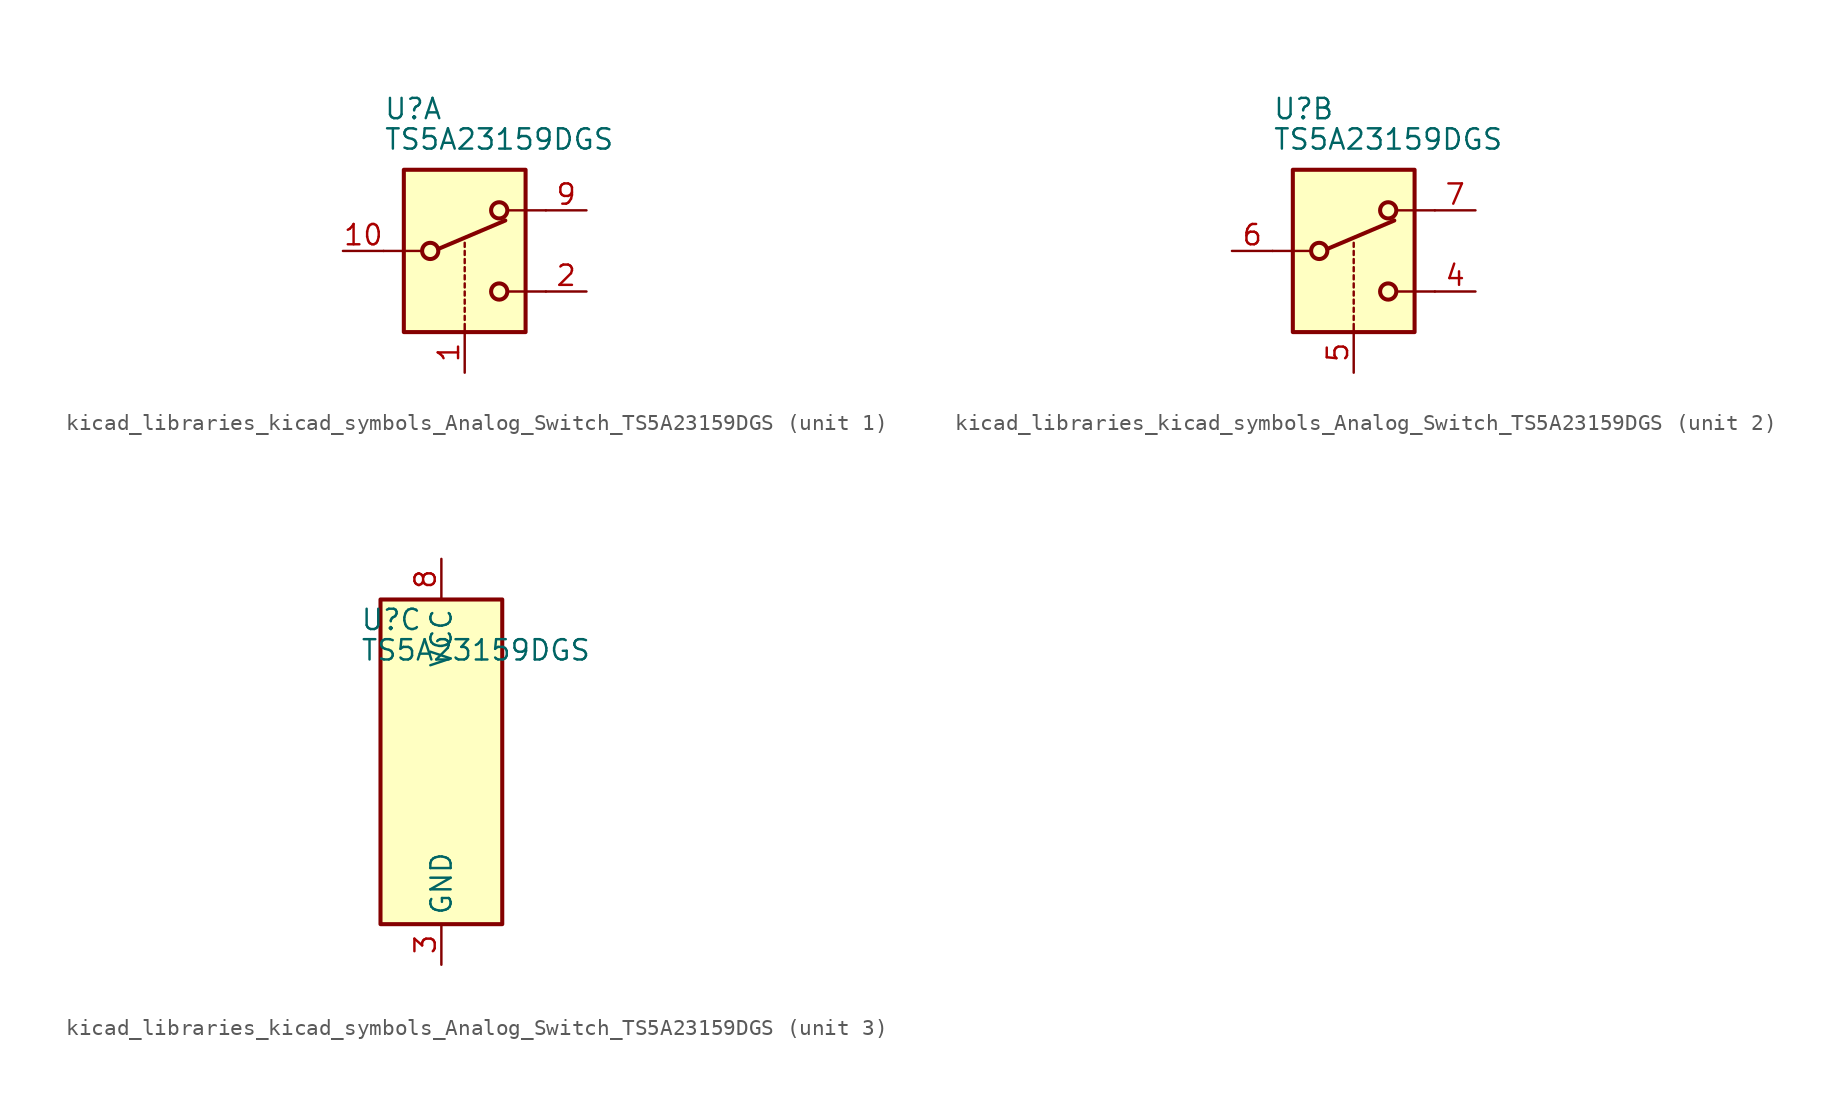
<source format=kicad_sym>
(kicad_symbol_lib
  (version 20220914)
  (generator kicad_symbol_editor)
  (symbol "kicad_libraries_kicad_symbols_Analog_Switch_TS5A23159DGS"
    (property "Reference" "U"
      (at -5.08 8.89 0)
      (effects (font (size 1.27 1.27)) (justify left)))
    (property "Value" "TS5A23159DGS"
      (at -5.08 6.985 0)
      (effects (font (size 1.27 1.27)) (justify left)))
    (property "ki_locked" ""
      (at 0 0 0)
      (effects (font (size 1.27 1.27))))
    (symbol "kicad_libraries_kicad_symbols_Analog_Switch_TS5A23159DGS_1_1"
      (rectangle (start -3.81 5.08) (end 3.81 -5.08) (stroke (width 0.254) (type default)) (fill (type background)))
      (circle (center -2.159 0) (radius 0.508) (stroke (width 0.254) (type default)) (fill (type none)))
      (polyline (pts (xy -5.08 0) (xy -2.794 0)) (stroke (width 0) (type default)) (fill (type none)))
      (polyline (pts (xy -1.651 0.127) (xy 2.54 1.905)) (stroke (width 0.254) (type default)) (fill (type none)))
      (polyline (pts (xy 0 -5.08) (xy 0 -4.572)) (stroke (width 0) (type default)) (fill (type none)))
      (polyline (pts (xy 0 -4.318) (xy 0 -4.064)) (stroke (width 0) (type default)) (fill (type none)))
      (polyline (pts (xy 0 -3.81) (xy 0 -3.556)) (stroke (width 0) (type default)) (fill (type none)))
      (polyline (pts (xy 0 -3.302) (xy 0 -3.048)) (stroke (width 0) (type default)) (fill (type none)))
      (polyline (pts (xy 0 -2.794) (xy 0 -2.54)) (stroke (width 0) (type default)) (fill (type none)))
      (polyline (pts (xy 0 -2.286) (xy 0 -2.032)) (stroke (width 0) (type default)) (fill (type none)))
      (polyline (pts (xy 0 -1.778) (xy 0 -1.524)) (stroke (width 0) (type default)) (fill (type none)))
      (polyline (pts (xy 0 -1.27) (xy 0 -1.016)) (stroke (width 0) (type default)) (fill (type none)))
      (polyline (pts (xy 0 -0.762) (xy 0 -0.508)) (stroke (width 0) (type default)) (fill (type none)))
      (polyline (pts (xy 0 -0.254) (xy 0 0)) (stroke (width 0) (type default)) (fill (type none)))
      (polyline (pts (xy 0 0.254) (xy 0 0.508)) (stroke (width 0) (type default)) (fill (type none)))
      (polyline (pts (xy 5.08 -2.54) (xy 2.794 -2.54)) (stroke (width 0) (type default)) (fill (type none)))
      (polyline (pts (xy 5.08 2.54) (xy 2.794 2.54)) (stroke (width 0) (type default)) (fill (type none)))
      (circle (center 2.159 -2.54) (radius 0.508) (stroke (width 0.254) (type default)) (fill (type none)))
      (circle (center 2.159 2.54) (radius 0.508) (stroke (width 0.254) (type default)) (fill (type none)))
      (pin input line (at 0 -7.62 90) (length 2.54) (name "~" (effects (font (size 1.27 1.27)))) (number "1" (effects (font (size 1.27 1.27)))))
      (pin passive line (at -7.62 0 0) (length 2.54) (name "~" (effects (font (size 1.27 1.27)))) (number "10" (effects (font (size 1.27 1.27)))))
      (pin passive line (at 7.62 -2.54 180) (length 2.54) (name "~" (effects (font (size 1.27 1.27)))) (number "2" (effects (font (size 1.27 1.27)))))
      (pin passive line (at 7.62 2.54 180) (length 2.54) (name "~" (effects (font (size 1.27 1.27)))) (number "9" (effects (font (size 1.27 1.27))))))
    (symbol "kicad_libraries_kicad_symbols_Analog_Switch_TS5A23159DGS_2_1"
      (rectangle (start -3.81 5.08) (end 3.81 -5.08) (stroke (width 0.254) (type default)) (fill (type background)))
      (circle (center -2.159 0) (radius 0.508) (stroke (width 0.254) (type default)) (fill (type none)))
      (polyline (pts (xy -5.08 0) (xy -2.794 0)) (stroke (width 0) (type default)) (fill (type none)))
      (polyline (pts (xy -1.651 0.127) (xy 2.54 1.905)) (stroke (width 0.254) (type default)) (fill (type none)))
      (polyline (pts (xy 0 -5.08) (xy 0 -4.572)) (stroke (width 0) (type default)) (fill (type none)))
      (polyline (pts (xy 0 -4.318) (xy 0 -4.064)) (stroke (width 0) (type default)) (fill (type none)))
      (polyline (pts (xy 0 -3.81) (xy 0 -3.556)) (stroke (width 0) (type default)) (fill (type none)))
      (polyline (pts (xy 0 -3.302) (xy 0 -3.048)) (stroke (width 0) (type default)) (fill (type none)))
      (polyline (pts (xy 0 -2.794) (xy 0 -2.54)) (stroke (width 0) (type default)) (fill (type none)))
      (polyline (pts (xy 0 -2.286) (xy 0 -2.032)) (stroke (width 0) (type default)) (fill (type none)))
      (polyline (pts (xy 0 -1.778) (xy 0 -1.524)) (stroke (width 0) (type default)) (fill (type none)))
      (polyline (pts (xy 0 -1.27) (xy 0 -1.016)) (stroke (width 0) (type default)) (fill (type none)))
      (polyline (pts (xy 0 -0.762) (xy 0 -0.508)) (stroke (width 0) (type default)) (fill (type none)))
      (polyline (pts (xy 0 -0.254) (xy 0 0)) (stroke (width 0) (type default)) (fill (type none)))
      (polyline (pts (xy 0 0.254) (xy 0 0.508)) (stroke (width 0) (type default)) (fill (type none)))
      (polyline (pts (xy 5.08 -2.54) (xy 2.794 -2.54)) (stroke (width 0) (type default)) (fill (type none)))
      (polyline (pts (xy 5.08 2.54) (xy 2.794 2.54)) (stroke (width 0) (type default)) (fill (type none)))
      (circle (center 2.159 -2.54) (radius 0.508) (stroke (width 0.254) (type default)) (fill (type none)))
      (circle (center 2.159 2.54) (radius 0.508) (stroke (width 0.254) (type default)) (fill (type none)))
      (pin passive line (at 7.62 -2.54 180) (length 2.54) (name "~" (effects (font (size 1.27 1.27)))) (number "4" (effects (font (size 1.27 1.27)))))
      (pin input line (at 0 -7.62 90) (length 2.54) (name "~" (effects (font (size 1.27 1.27)))) (number "5" (effects (font (size 1.27 1.27)))))
      (pin passive line (at -7.62 0 0) (length 2.54) (name "~" (effects (font (size 1.27 1.27)))) (number "6" (effects (font (size 1.27 1.27)))))
      (pin passive line (at 7.62 2.54 180) (length 2.54) (name "~" (effects (font (size 1.27 1.27)))) (number "7" (effects (font (size 1.27 1.27))))))
    (symbol "kicad_libraries_kicad_symbols_Analog_Switch_TS5A23159DGS_3_1"
      (rectangle (start -3.81 10.16) (end 3.81 -10.16) (stroke (width 0.254) (type default)) (fill (type background)))
      (pin power_in line (at 0 -12.7 90) (length 2.54) (name "GND" (effects (font (size 1.27 1.27)))) (number "3" (effects (font (size 1.27 1.27)))))
      (pin power_in line (at 0 12.7 270) (length 2.54) (name "VCC" (effects (font (size 1.27 1.27)))) (number "8" (effects (font (size 1.27 1.27))))))))
</source>
